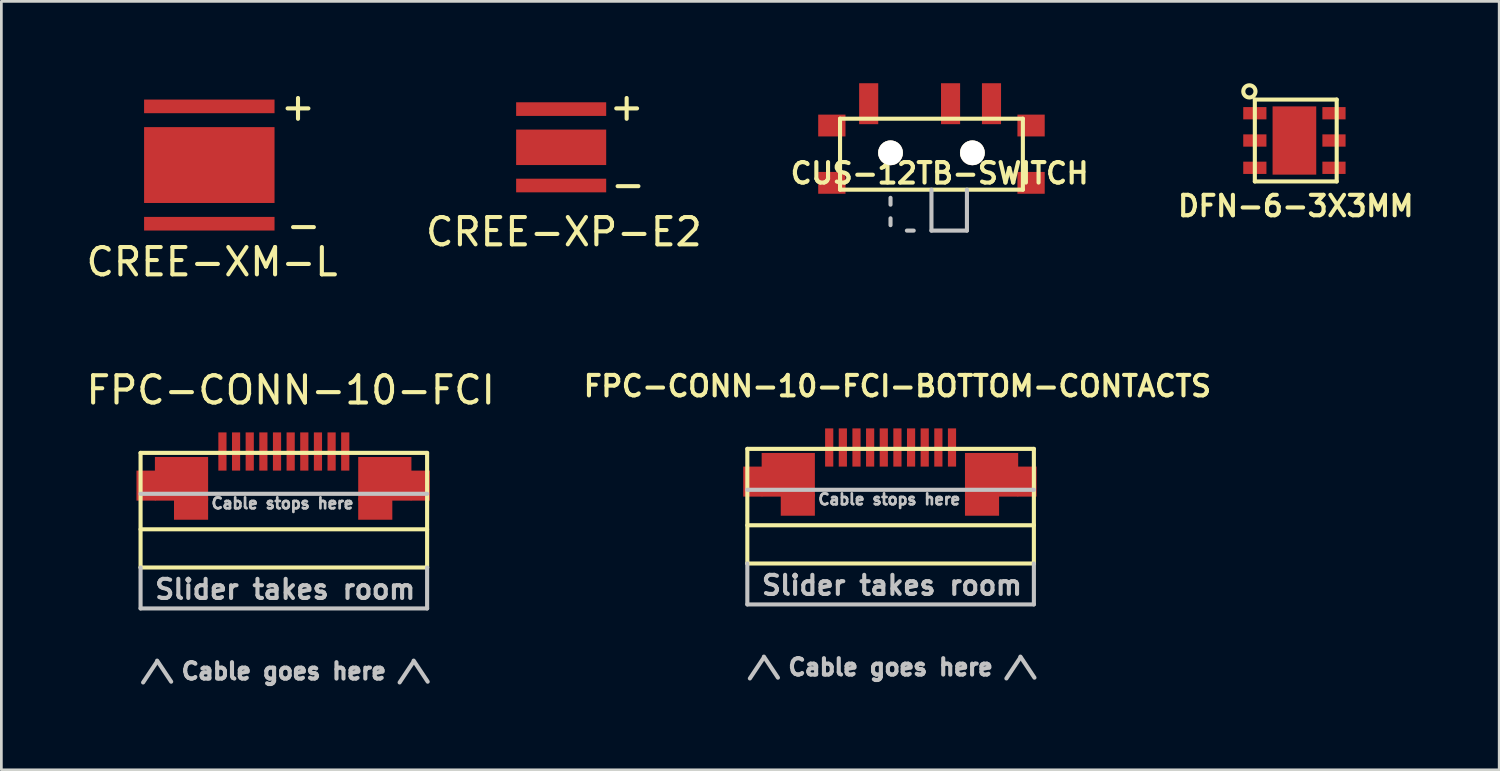
<source format=kicad_pcb>
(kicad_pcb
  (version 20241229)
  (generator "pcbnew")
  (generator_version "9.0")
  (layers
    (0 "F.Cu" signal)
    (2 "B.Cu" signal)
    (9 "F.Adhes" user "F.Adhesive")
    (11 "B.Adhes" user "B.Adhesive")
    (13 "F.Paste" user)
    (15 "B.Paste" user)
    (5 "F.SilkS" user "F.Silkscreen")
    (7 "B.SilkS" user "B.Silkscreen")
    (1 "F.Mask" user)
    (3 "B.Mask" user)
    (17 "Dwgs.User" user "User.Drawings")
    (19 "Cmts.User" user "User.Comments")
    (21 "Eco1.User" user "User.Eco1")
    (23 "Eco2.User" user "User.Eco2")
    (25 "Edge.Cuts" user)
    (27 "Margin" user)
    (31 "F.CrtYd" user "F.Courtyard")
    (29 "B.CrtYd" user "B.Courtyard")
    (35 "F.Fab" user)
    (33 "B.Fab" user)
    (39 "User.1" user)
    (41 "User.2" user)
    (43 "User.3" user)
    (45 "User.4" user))
  (footprint "CREE-XP-E2"
    (layer "F.Cu")
    (at 17.513 2.348)
    (property "Reference" "CREE-XP-E2" (at 0.1 3.1 0) (layer "F.SilkS") (effects (font (size 1 1) (thickness 0.15))))
    (attr through_hole)
    (fp_text user "+" (at 2.4 -1.5 0) (layer "F.SilkS") (effects (font (size 1 1) (thickness 0.15))))
    (fp_text user "-" (at 2.45 1.35 0) (layer "F.SilkS") (effects (font (size 1 1) (thickness 0.15))))
    (pad "1" smd rect (at 0 1.4) (size 3.3 0.5) (layers "F.Cu" "F.Mask" "F.Paste"))
    (pad "2" smd rect (at 0 -1.4) (size 3.3 0.5) (layers "F.Cu" "F.Mask" "F.Paste"))
    (pad "3" smd rect (at 0 0) (size 3.3 1.3) (layers "F.Cu" "F.Mask" "F.Paste")))
  (footprint "FPC-CONN-10-FCI-BOTTOM-CONTACTS"
    (layer "F.Cu")
    (at 29.585 15.498)
    (property "Reference" "FPC-CONN-10-FCI-BOTTOM-CONTACTS" (at 0.25 -4.4 0) (layer "F.SilkS") (effects (font (size 0.75 0.75) (thickness 0.15))))
    (attr through_hole)
    (fp_line (start -5.25 -2.1) (end -5.25 2.1) (stroke (width 0.15) (type solid)) (layer "F.SilkS"))
    (fp_line (start -5.25 -2.1) (end 5.25 -2.1) (stroke (width 0.15) (type solid)) (layer "F.SilkS"))
    (fp_line (start -5.25 2.1) (end 5.25 2.1) (stroke (width 0.15) (type solid)) (layer "F.SilkS"))
    (fp_line (start 5.25 -2.1) (end 5.25 2.1) (stroke (width 0.15) (type solid)) (layer "F.SilkS"))
    (fp_line (start 5.25 0.7) (end -5.25 0.7) (stroke (width 0.15) (type solid)) (layer "F.SilkS"))
    (fp_line (start -5.25 2.1) (end -5.25 3.6) (stroke (width 0.15) (type solid)) (layer "Dwgs.User"))
    (fp_line (start -5.25 3.6) (end 5.25 3.6) (stroke (width 0.15) (type solid)) (layer "Dwgs.User"))
    (fp_line (start 5.25 -0.6) (end -5.25 -0.6) (stroke (width 0.15) (type solid)) (layer "Dwgs.User"))
    (fp_line (start 5.25 3.6) (end 5.25 2.1) (stroke (width 0.15) (type solid)) (layer "Dwgs.User"))
    (fp_text user "Slider takes room" (at 0.05 2.9 0) (layer "Dwgs.User") (effects (font (size 0.7 0.7) (thickness 0.15))))
    (fp_text user "Cable stops here" (at -0.05 -0.25 0) (layer "Dwgs.User") (effects (font (size 0.4 0.4) (thickness 0.1))))
    (fp_text user "/\\ Cable goes here /\\" (at 0 5.9 0) (layer "Dwgs.User") (effects (font (size 0.6 0.6) (thickness 0.15))))
    (pad "1" smd rect (at 2.25 -2.15) (size 0.3 1.4) (layers "F.Cu" "F.Mask" "F.Paste"))
    (pad "2" smd rect (at 1.75 -2.15) (size 0.3 1.4) (layers "F.Cu" "F.Mask" "F.Paste"))
    (pad "3" smd rect (at 1.25 -2.15) (size 0.3 1.4) (layers "F.Cu" "F.Mask" "F.Paste"))
    (pad "4" smd rect (at 0.75 -2.15) (size 0.3 1.4) (layers "F.Cu" "F.Mask" "F.Paste"))
    (pad "5" smd rect (at 0.25 -2.15) (size 0.3 1.4) (layers "F.Cu" "F.Mask" "F.Paste"))
    (pad "6" smd rect (at -0.25 -2.15) (size 0.3 1.4) (layers "F.Cu" "F.Mask" "F.Paste"))
    (pad "7" smd rect (at -0.75 -2.15) (size 0.3 1.4) (layers "F.Cu" "F.Mask" "F.Paste"))
    (pad "8" smd rect (at -1.25 -2.15) (size 0.3 1.4) (layers "F.Cu" "F.Mask" "F.Paste"))
    (pad "9" smd rect (at -1.75 -2.15) (size 0.3 1.4) (layers "F.Cu" "F.Mask" "F.Paste"))
    (pad "10" smd rect (at -2.25 -2.15) (size 0.3 1.4) (layers "F.Cu" "F.Mask" "F.Paste"))
    (pad "~" smd rect (at -5.05 -0.9) (size 0.7 1.1) (layers "F.Cu" "F.Mask" "F.Paste"))
    (pad "~" smd rect (at -3.75 -1.15) (size 1.95 1.6) (layers "F.Cu" "F.Mask" "F.Paste"))
    (pad "~" smd rect (at -3.4 -0.05) (size 1.25 0.8) (layers "F.Cu" "F.Mask" "F.Paste"))
    (pad "~" smd rect (at 3.35 -0.05) (size 1.25 0.8) (layers "F.Cu" "F.Mask" "F.Paste"))
    (pad "~" smd rect (at 3.7 -1.15) (size 1.95 1.6) (layers "F.Cu" "F.Mask" "F.Paste"))
    (pad "~" smd rect (at 5 -0.9) (size 0.7 1.1) (layers "F.Cu" "F.Mask" "F.Paste")))
  (footprint "CUS-12TB-SWITCH"
    (layer "F.Cu")
    (at 31.082 2.55)
    (property "Reference" "CUS-12TB-SWITCH" (at 0.3 0.75 0) (layer "F.SilkS") (effects (font (size 0.75 0.75) (thickness 0.15))))
    (attr through_hole)
    (fp_line (start -3.35 -1.25) (end -3.35 1.35) (stroke (width 0.15) (type solid)) (layer "F.SilkS"))
    (fp_line (start -3.35 -1.25) (end 3.35 -1.25) (stroke (width 0.15) (type solid)) (layer "F.SilkS"))
    (fp_line (start 3.35 1.35) (end -3.35 1.35) (stroke (width 0.15) (type solid)) (layer "F.SilkS"))
    (fp_line (start 3.35 1.35) (end 3.35 -1.25) (stroke (width 0.15) (type solid)) (layer "F.SilkS"))
    (fp_line (start -1.5 1.65) (end -1.5 1.9) (stroke (width 0.15) (type solid)) (layer "Dwgs.User"))
    (fp_line (start -1.5 2.4) (end -1.5 2.65) (stroke (width 0.15) (type solid)) (layer "Dwgs.User"))
    (fp_line (start -0.9 2.85) (end -0.65 2.85) (stroke (width 0.15) (type solid)) (layer "Dwgs.User"))
    (fp_line (start 0 2.85) (end 0 1.35) (stroke (width 0.15) (type solid)) (layer "Dwgs.User"))
    (fp_line (start 1.3 1.35) (end 1.3 2.85) (stroke (width 0.15) (type solid)) (layer "Dwgs.User"))
    (fp_line (start 1.3 2.85) (end 0 2.85) (stroke (width 0.15) (type solid)) (layer "Dwgs.User"))
    (pad "" smd rect (at -3.65 -1) (size 1 0.8) (layers "F.Cu" "F.Mask" "F.Paste"))
    (pad "" smd rect (at -3.65 1.1) (size 1 0.8) (layers "F.Cu" "F.Mask" "F.Paste"))
    (pad "" thru_hole circle (at -1.5 0) (size 0.91 0.91) (drill 0.9) (layers "*.Cu" "*.Mask" "F.SilkS"))
    (pad "" thru_hole circle (at 1.5 0) (size 0.91 0.91) (drill 0.9) (layers "*.Cu" "*.Mask" "F.SilkS"))
    (pad "" smd rect (at 3.65 -1) (size 1 0.8) (layers "F.Cu" "F.Mask" "F.Paste"))
    (pad "" smd rect (at 3.65 1.1) (size 1 0.8) (layers "F.Cu" "F.Mask" "F.Paste"))
    (pad "1" smd rect (at -2.3 -1.8) (size 0.7 1.5) (layers "F.Cu" "F.Mask" "F.Paste"))
    (pad "2" smd rect (at 0.7 -1.8) (size 0.7 1.5) (layers "F.Cu" "F.Mask" "F.Paste"))
    (pad "3" smd rect (at 2.2 -1.8) (size 0.7 1.5) (layers "F.Cu" "F.Mask" "F.Paste")))
  (footprint "DFN-6-3X3MM"
    (layer "F.Cu")
    (at 44.332 2.099)
    (property "Reference" "DFN-6-3X3MM" (at 0.1 2.4 0) (layer "F.SilkS") (effects (font (size 0.75 0.75) (thickness 0.15))))
    (attr through_hole)
    (fp_line (start -1.4 -1.5) (end -1.4 1.5) (stroke (width 0.15) (type solid)) (layer "F.SilkS"))
    (fp_line (start -1.4 -1.5) (end 1.6 -1.5) (stroke (width 0.15) (type solid)) (layer "F.SilkS"))
    (fp_line (start 1.6 1.5) (end -1.4 1.5) (stroke (width 0.15) (type solid)) (layer "F.SilkS"))
    (fp_line (start 1.6 1.5) (end 1.6 -1.5) (stroke (width 0.15) (type solid)) (layer "F.SilkS"))
    (fp_circle (center -1.6 -1.8) (end -1.5 -1.6) (stroke (width 0.15) (type solid)) (fill no) (layer "F.SilkS"))
    (pad "1" smd rect (at -1.4 -1) (size 0.85 0.45) (layers "F.Cu" "F.Mask" "F.Paste"))
    (pad "2" smd rect (at -1.4 0) (size 0.85 0.45) (layers "F.Cu" "F.Mask" "F.Paste"))
    (pad "3" smd rect (at -1.4 1) (size 0.85 0.45) (layers "F.Cu" "F.Mask" "F.Paste"))
    (pad "4" smd rect (at 1.5 1) (size 0.85 0.45) (layers "F.Cu" "F.Mask" "F.Paste"))
    (pad "5" smd rect (at 1.5 0) (size 0.85 0.45) (layers "F.Cu" "F.Mask" "F.Paste"))
    (pad "6" smd rect (at 1.5 -1) (size 0.85 0.45) (layers "F.Cu" "F.Mask" "F.Paste"))
    (pad "7" smd rect (at 0.05 0) (size 1.6 2.5) (layers "F.Cu" "F.Mask" "F.Paste")))
  (footprint "CREE-XM-L"
    (layer "F.Cu")
    (at 4.62 2.998)
    (property "Reference" "CREE-XM-L" (at 0.1 3.55 0) (layer "F.SilkS") (effects (font (size 1 1) (thickness 0.15))))
    (attr through_hole)
    (fp_text user "+" (at 3.25 -2.15 0) (layer "F.SilkS") (effects (font (size 1 1) (thickness 0.15))))
    (fp_text user "-" (at 3.45 2.2 0) (layer "F.SilkS") (effects (font (size 1 1) (thickness 0.15))))
    (pad "1" smd rect (at 0 2.15) (size 4.78 0.5) (layers "F.Cu" "F.Mask" "F.Paste"))
    (pad "2" smd rect (at 0 -2.15) (size 4.78 0.5) (layers "F.Cu" "F.Mask" "F.Paste"))
    (pad "3" smd rect (at 0 0) (size 4.78 2.78) (layers "F.Cu" "F.Mask" "F.Paste")))
  (footprint "FPC-CONN-10-FCI"
    (layer "F.Cu")
    (at 5.101 13.495)
    (property "Reference" "FPC-CONN-10-FCI" (at 2.5 -2.25 0) (layer "F.SilkS") (effects (font (size 1 1) (thickness 0.15))))
    (attr through_hole)
    (fp_line (start -3 0.05) (end -3 4.25) (stroke (width 0.15) (type solid)) (layer "F.SilkS"))
    (fp_line (start -3 0.05) (end 7.5 0.05) (stroke (width 0.15) (type solid)) (layer "F.SilkS"))
    (fp_line (start -3 4.25) (end 7.5 4.25) (stroke (width 0.15) (type solid)) (layer "F.SilkS"))
    (fp_line (start 7.5 0.05) (end 7.5 4.25) (stroke (width 0.15) (type solid)) (layer "F.SilkS"))
    (fp_line (start 7.5 2.85) (end -3 2.85) (stroke (width 0.15) (type solid)) (layer "F.SilkS"))
    (fp_line (start -3 4.25) (end -3 5.75) (stroke (width 0.15) (type solid)) (layer "Dwgs.User"))
    (fp_line (start -3 5.75) (end 7.5 5.75) (stroke (width 0.15) (type solid)) (layer "Dwgs.User"))
    (fp_line (start 7.5 1.55) (end -3 1.55) (stroke (width 0.15) (type solid)) (layer "Dwgs.User"))
    (fp_line (start 7.5 5.75) (end 7.5 4.25) (stroke (width 0.15) (type solid)) (layer "Dwgs.User"))
    (fp_text user "Slider takes room" (at 2.3 5.05 0) (layer "Dwgs.User") (effects (font (size 0.7 0.7) (thickness 0.15))))
    (fp_text user "Cable stops here" (at 2.2 1.9 0) (layer "Dwgs.User") (effects (font (size 0.4 0.4) (thickness 0.1))))
    (fp_text user "/\\ Cable goes here /\\" (at 2.25 8.05 0) (layer "Dwgs.User") (effects (font (size 0.6 0.6) (thickness 0.15))))
    (pad "1" smd rect (at 0 0) (size 0.3 1.4) (layers "F.Cu" "F.Mask" "F.Paste"))
    (pad "2" smd rect (at 0.5 0) (size 0.3 1.4) (layers "F.Cu" "F.Mask" "F.Paste"))
    (pad "3" smd rect (at 1 0) (size 0.3 1.4) (layers "F.Cu" "F.Mask" "F.Paste"))
    (pad "4" smd rect (at 1.5 0) (size 0.3 1.4) (layers "F.Cu" "F.Mask" "F.Paste"))
    (pad "5" smd rect (at 2 0) (size 0.3 1.4) (layers "F.Cu" "F.Mask" "F.Paste"))
    (pad "6" smd rect (at 2.5 0) (size 0.3 1.4) (layers "F.Cu" "F.Mask" "F.Paste"))
    (pad "7" smd rect (at 3 0) (size 0.3 1.4) (layers "F.Cu" "F.Mask" "F.Paste"))
    (pad "8" smd rect (at 3.5 0) (size 0.3 1.4) (layers "F.Cu" "F.Mask" "F.Paste"))
    (pad "9" smd rect (at 4 0) (size 0.3 1.4) (layers "F.Cu" "F.Mask" "F.Paste"))
    (pad "10" smd rect (at 4.5 0) (size 0.3 1.4) (layers "F.Cu" "F.Mask" "F.Paste"))
    (pad "~" smd rect (at -2.8 1.25) (size 0.7 1.1) (layers "F.Cu" "F.Mask" "F.Paste"))
    (pad "~" smd rect (at -1.5 1) (size 1.95 1.6) (layers "F.Cu" "F.Mask" "F.Paste"))
    (pad "~" smd rect (at -1.15 2.1) (size 1.25 0.8) (layers "F.Cu" "F.Mask" "F.Paste"))
    (pad "~" smd rect (at 5.6 2.1) (size 1.25 0.8) (layers "F.Cu" "F.Mask" "F.Paste"))
    (pad "~" smd rect (at 5.95 1) (size 1.95 1.6) (layers "F.Cu" "F.Mask" "F.Paste"))
    (pad "~" smd rect (at 7.25 1.25) (size 0.7 1.1) (layers "F.Cu" "F.Mask" "F.Paste")))
  (gr_rect
    (start -3 -3)
    (end 51.886 25.159)
    (stroke (width 0.1) (type default))
    (fill no)
    (layer "Edge.Cuts")))
</source>
